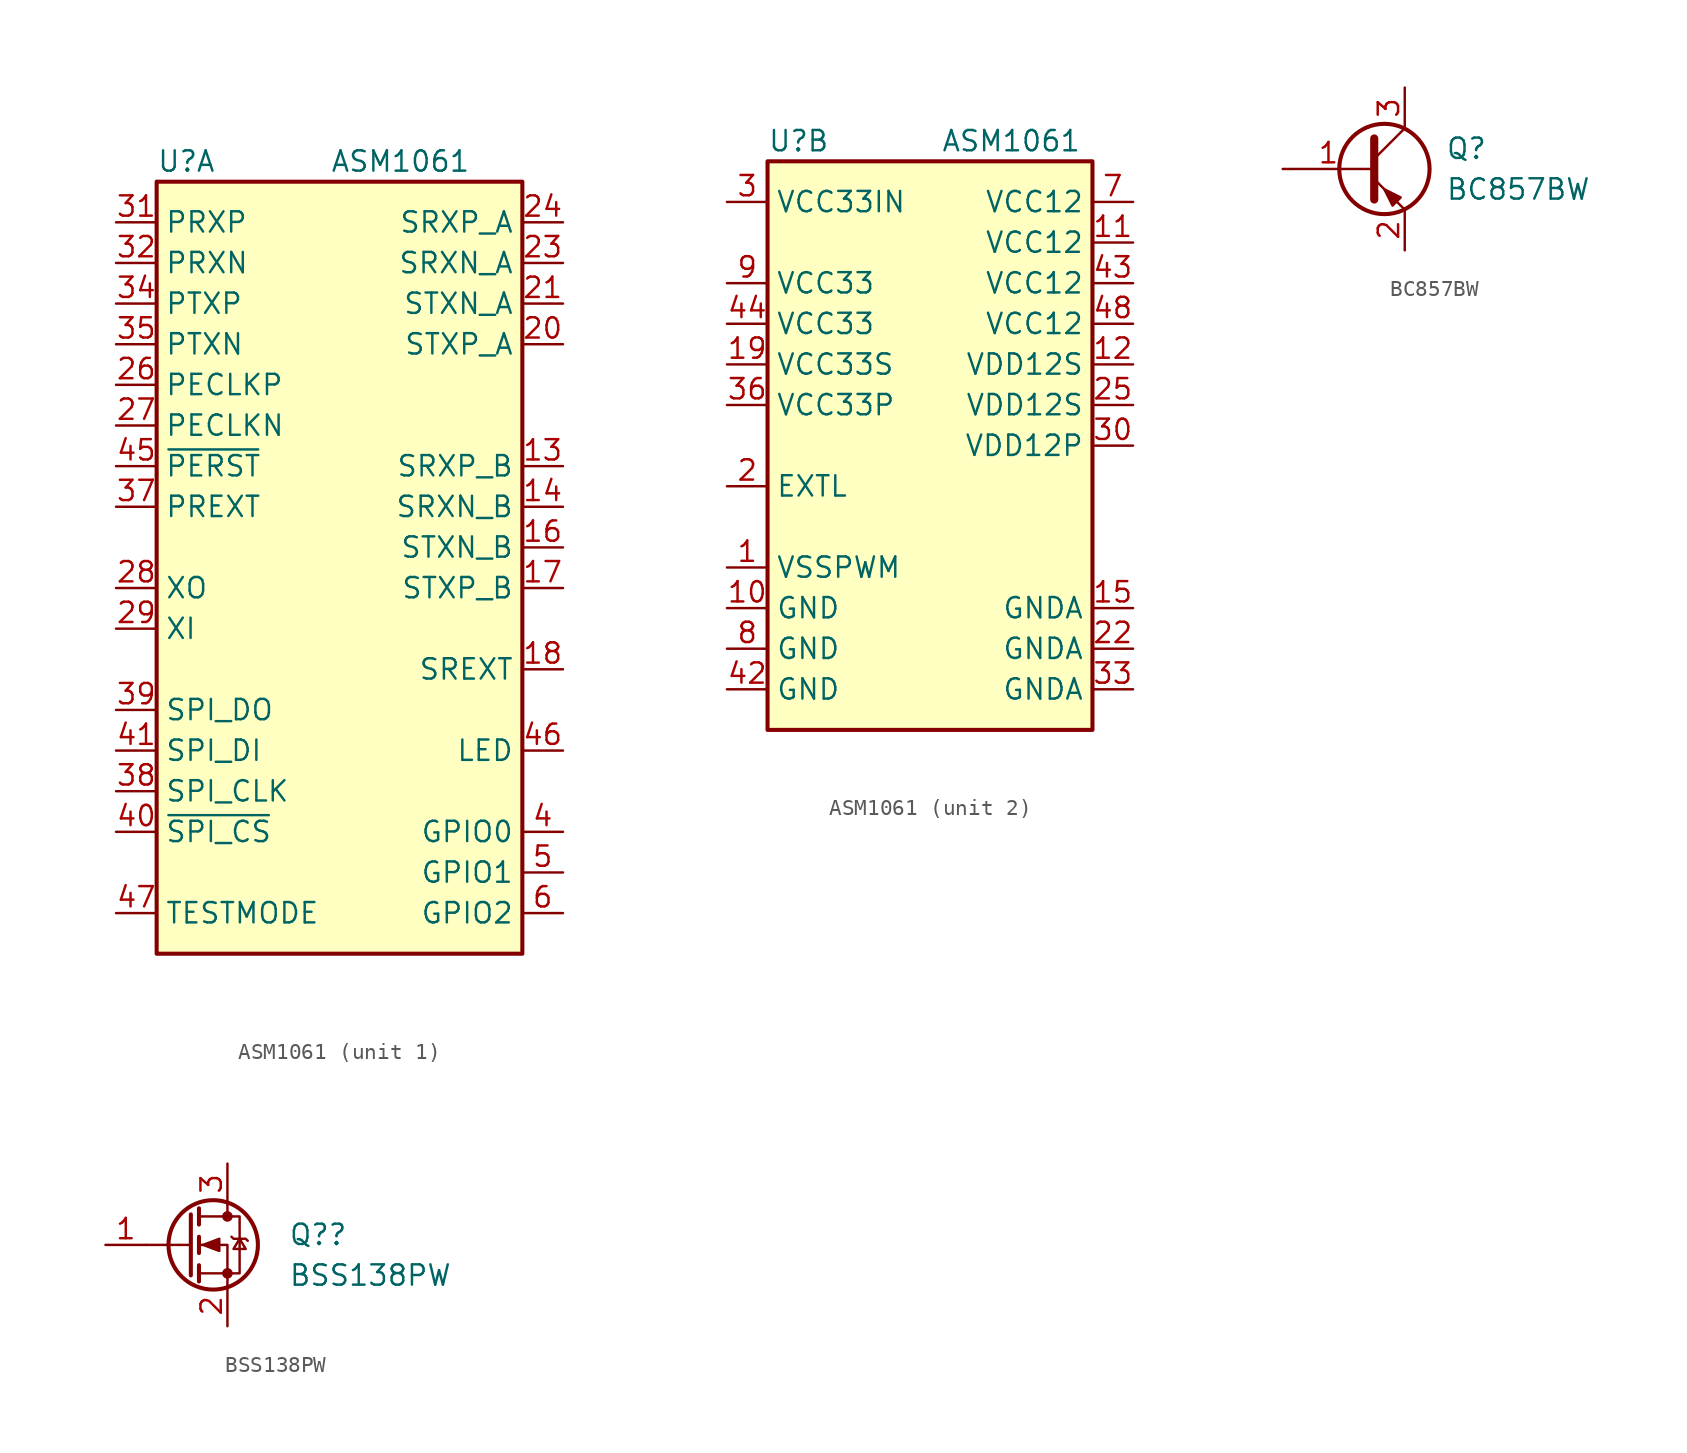
<source format=kicad_sym>
(kicad_symbol_lib
  (version 20201005)
  (generator kicad_symbol_editor)
  (symbol "PintryParts-Symbols:ASM1061"
    (property "Reference" "U"
      (at 0 1.27 0)
      (effects (font (size 1.27 1.27)) (justify left)))
    (property "Value" "ASM1061"
      (at 15.24 1.27 0)
      (effects (font (size 1.27 1.27))))
    (property "ki_locked" ""
      (at 0 0 0)
      (effects (font (size 1.27 1.27))))
    (symbol "ASM1061_1_0"
      (pin output line (at 25.4 -17.78 180) (length 2.54) (name "SRXP_B" (effects (font (size 1.27 1.27)))) (number "13" (effects (font (size 1.27 1.27)))))
      (pin output line (at 25.4 -20.32 180) (length 2.54) (name "SRXN_B" (effects (font (size 1.27 1.27)))) (number "14" (effects (font (size 1.27 1.27)))))
      (pin input line (at 25.4 -22.86 180) (length 2.54) (name "STXN_B" (effects (font (size 1.27 1.27)))) (number "16" (effects (font (size 1.27 1.27)))))
      (pin input line (at 25.4 -25.4 180) (length 2.54) (name "STXP_B" (effects (font (size 1.27 1.27)))) (number "17" (effects (font (size 1.27 1.27)))))
      (pin passive line (at 25.4 -30.48 180) (length 2.54) (name "SREXT" (effects (font (size 1.27 1.27)))) (number "18" (effects (font (size 1.27 1.27)))))
      (pin output line (at 25.4 -10.16 180) (length 2.54) (name "STXP_A" (effects (font (size 1.27 1.27)))) (number "20" (effects (font (size 1.27 1.27)))))
      (pin output line (at 25.4 -7.62 180) (length 2.54) (name "STXN_A" (effects (font (size 1.27 1.27)))) (number "21" (effects (font (size 1.27 1.27)))))
      (pin input line (at 25.4 -5.08 180) (length 2.54) (name "SRXN_A" (effects (font (size 1.27 1.27)))) (number "23" (effects (font (size 1.27 1.27)))))
      (pin input line (at 25.4 -2.54 180) (length 2.54) (name "SRXP_A" (effects (font (size 1.27 1.27)))) (number "24" (effects (font (size 1.27 1.27)))))
      (pin input line (at -2.54 -12.7 0) (length 2.54) (name "PECLKP" (effects (font (size 1.27 1.27)))) (number "26" (effects (font (size 1.27 1.27)))))
      (pin input line (at -2.54 -15.24 0) (length 2.54) (name "PECLKN" (effects (font (size 1.27 1.27)))) (number "27" (effects (font (size 1.27 1.27)))))
      (pin passive line (at -2.54 -25.4 0) (length 2.54) (name "XO" (effects (font (size 1.27 1.27)))) (number "28" (effects (font (size 1.27 1.27)))))
      (pin passive line (at -2.54 -27.94 0) (length 2.54) (name "XI" (effects (font (size 1.27 1.27)))) (number "29" (effects (font (size 1.27 1.27)))))
      (pin input line (at -2.54 -2.54 0) (length 2.54) (name "PRXP" (effects (font (size 1.27 1.27)))) (number "31" (effects (font (size 1.27 1.27)))))
      (pin input line (at -2.54 -5.08 0) (length 2.54) (name "PRXN" (effects (font (size 1.27 1.27)))) (number "32" (effects (font (size 1.27 1.27)))))
      (pin output line (at -2.54 -7.62 0) (length 2.54) (name "PTXP" (effects (font (size 1.27 1.27)))) (number "34" (effects (font (size 1.27 1.27)))))
      (pin output line (at -2.54 -10.16 0) (length 2.54) (name "PTXN" (effects (font (size 1.27 1.27)))) (number "35" (effects (font (size 1.27 1.27)))))
      (pin passive line (at -2.54 -20.32 0) (length 2.54) (name "PREXT" (effects (font (size 1.27 1.27)))) (number "37" (effects (font (size 1.27 1.27)))))
      (pin output line (at -2.54 -38.1 0) (length 2.54) (name "SPI_CLK" (effects (font (size 1.27 1.27)))) (number "38" (effects (font (size 1.27 1.27)))))
      (pin output line (at -2.54 -33.02 0) (length 2.54) (name "SPI_DO" (effects (font (size 1.27 1.27)))) (number "39" (effects (font (size 1.27 1.27)))))
      (pin bidirectional line (at 25.4 -40.64 180) (length 2.54) (name "GPIO0" (effects (font (size 1.27 1.27)))) (number "4" (effects (font (size 1.27 1.27)))))
      (pin output line (at -2.54 -40.64 0) (length 2.54) (name "~SPI_CS" (effects (font (size 1.27 1.27)))) (number "40" (effects (font (size 1.27 1.27)))))
      (pin input line (at -2.54 -35.56 0) (length 2.54) (name "SPI_DI" (effects (font (size 1.27 1.27)))) (number "41" (effects (font (size 1.27 1.27)))))
      (pin input line (at -2.54 -17.78 0) (length 2.54) (name "~PERST" (effects (font (size 1.27 1.27)))) (number "45" (effects (font (size 1.27 1.27)))))
      (pin output line (at 25.4 -35.56 180) (length 2.54) (name "LED" (effects (font (size 1.27 1.27)))) (number "46" (effects (font (size 1.27 1.27)))))
      (pin passive line (at -2.54 -45.72 0) (length 2.54) (name "TESTMODE" (effects (font (size 1.27 1.27)))) (number "47" (effects (font (size 1.27 1.27)))))
      (pin bidirectional line (at 25.4 -43.18 180) (length 2.54) (name "GPIO1" (effects (font (size 1.27 1.27)))) (number "5" (effects (font (size 1.27 1.27)))))
      (pin bidirectional line (at 25.4 -45.72 180) (length 2.54) (name "GPIO2" (effects (font (size 1.27 1.27)))) (number "6" (effects (font (size 1.27 1.27))))))
    (symbol "ASM1061_1_1"
      (rectangle (start 0 0) (end 22.86 -48.26) (stroke (width 0.254)) (fill (type background))))
    (symbol "ASM1061_2_0"
      (pin passive line (at -2.54 -25.4 0) (length 2.54) (name "VSSPWM" (effects (font (size 1.27 1.27)))) (number "1" (effects (font (size 1.27 1.27)))))
      (pin power_in line (at -2.54 -27.94 0) (length 2.54) (name "GND" (effects (font (size 1.27 1.27)))) (number "10" (effects (font (size 1.27 1.27)))))
      (pin power_in line (at 22.86 -5.08 180) (length 2.54) (name "VCC12" (effects (font (size 1.27 1.27)))) (number "11" (effects (font (size 1.27 1.27)))))
      (pin power_in line (at 22.86 -12.7 180) (length 2.54) (name "VDD12S" (effects (font (size 1.27 1.27)))) (number "12" (effects (font (size 1.27 1.27)))))
      (pin power_in line (at 22.86 -27.94 180) (length 2.54) (name "GNDA" (effects (font (size 1.27 1.27)))) (number "15" (effects (font (size 1.27 1.27)))))
      (pin power_in line (at -2.54 -12.7 0) (length 2.54) (name "VCC33S" (effects (font (size 1.27 1.27)))) (number "19" (effects (font (size 1.27 1.27)))))
      (pin passive line (at -2.54 -20.32 0) (length 2.54) (name "EXTL" (effects (font (size 1.27 1.27)))) (number "2" (effects (font (size 1.27 1.27)))))
      (pin power_in line (at 22.86 -30.48 180) (length 2.54) (name "GNDA" (effects (font (size 1.27 1.27)))) (number "22" (effects (font (size 1.27 1.27)))))
      (pin power_in line (at 22.86 -15.24 180) (length 2.54) (name "VDD12S" (effects (font (size 1.27 1.27)))) (number "25" (effects (font (size 1.27 1.27)))))
      (pin power_in line (at -2.54 -2.54 0) (length 2.54) (name "VCC33IN" (effects (font (size 1.27 1.27)))) (number "3" (effects (font (size 1.27 1.27)))))
      (pin power_in line (at 22.86 -17.78 180) (length 2.54) (name "VDD12P" (effects (font (size 1.27 1.27)))) (number "30" (effects (font (size 1.27 1.27)))))
      (pin power_in line (at 22.86 -33.02 180) (length 2.54) (name "GNDA" (effects (font (size 1.27 1.27)))) (number "33" (effects (font (size 1.27 1.27)))))
      (pin power_in line (at -2.54 -15.24 0) (length 2.54) (name "VCC33P" (effects (font (size 1.27 1.27)))) (number "36" (effects (font (size 1.27 1.27)))))
      (pin power_in line (at -2.54 -33.02 0) (length 2.54) (name "GND" (effects (font (size 1.27 1.27)))) (number "42" (effects (font (size 1.27 1.27)))))
      (pin power_in line (at 22.86 -7.62 180) (length 2.54) (name "VCC12" (effects (font (size 1.27 1.27)))) (number "43" (effects (font (size 1.27 1.27)))))
      (pin power_in line (at -2.54 -10.16 0) (length 2.54) (name "VCC33" (effects (font (size 1.27 1.27)))) (number "44" (effects (font (size 1.27 1.27)))))
      (pin power_in line (at 22.86 -10.16 180) (length 2.54) (name "VCC12" (effects (font (size 1.27 1.27)))) (number "48" (effects (font (size 1.27 1.27)))))
      (pin power_in line (at 22.86 -2.54 180) (length 2.54) (name "VCC12" (effects (font (size 1.27 1.27)))) (number "7" (effects (font (size 1.27 1.27)))))
      (pin power_in line (at -2.54 -30.48 0) (length 2.54) (name "GND" (effects (font (size 1.27 1.27)))) (number "8" (effects (font (size 1.27 1.27)))))
      (pin power_in line (at -2.54 -7.62 0) (length 2.54) (name "VCC33" (effects (font (size 1.27 1.27)))) (number "9" (effects (font (size 1.27 1.27))))))
    (symbol "ASM1061_2_1"
      (rectangle (start 0 0) (end 20.32 -35.56) (stroke (width 0.254)) (fill (type background)))))
  (symbol "PintryParts-Symbols:BC857BW"
    (pin_names
      (offset 0) hide)
    (property "Reference" "Q"
      (at 5.08 1.27 0)
      (effects (font (size 1.27 1.27)) (justify left)))
    (property "Value" "BC857BW"
      (at 5.08 -1.27 0)
      (effects (font (size 1.27 1.27)) (justify left)))
    (symbol "BC857BW_0_1"
      (circle (center 1.27 0) (radius 2.819) (stroke (width 0.254)) (fill (type none)))
      (polyline (pts (xy 0.635 0.635) (xy 2.54 2.54)) (stroke (width 0)) (fill (type none)))
      (polyline (pts (xy 0.635 -0.635) (xy 2.54 -2.54) (xy 2.54 -2.54)) (stroke (width 0)) (fill (type none)))
      (polyline (pts (xy 0.635 1.905) (xy 0.635 -1.905) (xy 0.635 -1.905)) (stroke (width 0.508)) (fill (type none)))
      (polyline (pts (xy 2.286 -1.778) (xy 1.778 -2.286) (xy 1.27 -1.27) (xy 2.286 -1.778) (xy 2.286 -1.778)) (stroke (width 0)) (fill (type outline))))
    (symbol "BC857BW_1_1"
      (pin input line (at -5.08 0 0) (length 5.715) (name "B" (effects (font (size 1.27 1.27)))) (number "1" (effects (font (size 1.27 1.27)))))
      (pin passive line (at 2.54 -5.08 90) (length 2.54) (name "E" (effects (font (size 1.27 1.27)))) (number "2" (effects (font (size 1.27 1.27)))))
      (pin passive line (at 2.54 5.08 270) (length 2.54) (name "C" (effects (font (size 1.27 1.27)))) (number "3" (effects (font (size 1.27 1.27)))))))
  (symbol "PintryParts-Symbols:BSS138PW"
    (pin_names
      (offset 0) hide)
    (property "Reference" "Q?"
      (at 6.35 0.635 0)
      (effects (font (size 1.27 1.27)) (justify left)))
    (property "Value" "BSS138PW"
      (at 6.35 -1.905 0)
      (effects (font (size 1.27 1.27)) (justify left)))
    (symbol "BSS138PW_0_1"
      (circle (center 1.651 0) (radius 2.794) (stroke (width 0.254)) (fill (type none)))
      (circle (center 2.54 -1.778) (radius 0.254) (stroke (width 0)) (fill (type outline)))
      (circle (center 2.54 1.778) (radius 0.254) (stroke (width 0)) (fill (type outline)))
      (polyline (pts (xy 0.254 0) (xy -2.54 0)) (stroke (width 0)) (fill (type none)))
      (polyline (pts (xy 0.254 1.905) (xy 0.254 -1.905)) (stroke (width 0.254)) (fill (type none)))
      (polyline (pts (xy 0.762 -1.27) (xy 0.762 -2.286)) (stroke (width 0.254)) (fill (type none)))
      (polyline (pts (xy 0.762 0.508) (xy 0.762 -0.508)) (stroke (width 0.254)) (fill (type none)))
      (polyline (pts (xy 0.762 2.286) (xy 0.762 1.27)) (stroke (width 0.254)) (fill (type none)))
      (polyline (pts (xy 2.54 2.54) (xy 2.54 1.778)) (stroke (width 0)) (fill (type none)))
      (polyline (pts (xy 2.54 -2.54) (xy 2.54 0) (xy 0.762 0)) (stroke (width 0)) (fill (type none)))
      (polyline (pts (xy 0.762 -1.778) (xy 3.302 -1.778) (xy 3.302 1.778) (xy 0.762 1.778)) (stroke (width 0)) (fill (type none)))
      (polyline (pts (xy 2.794 0.508) (xy 2.921 0.381) (xy 3.683 0.381) (xy 3.81 0.254)) (stroke (width 0)) (fill (type none)))
      (polyline (pts (xy 3.302 0.381) (xy 2.921 -0.254) (xy 3.683 -0.254) (xy 3.302 0.381)) (stroke (width 0)) (fill (type none)))
      (polyline (pts (xy 1.016 0) (xy 2.032 0.381) (xy 2.032 -0.381) (xy 1.016 0)) (stroke (width 0)) (fill (type outline))))
    (symbol "BSS138PW_1_1"
      (pin input line (at -5.08 0 0) (length 2.54) (name "G" (effects (font (size 1.27 1.27)))) (number "1" (effects (font (size 1.27 1.27)))))
      (pin passive line (at 2.54 -5.08 90) (length 2.54) (name "S" (effects (font (size 1.27 1.27)))) (number "2" (effects (font (size 1.27 1.27)))))
      (pin passive line (at 2.54 5.08 270) (length 2.54) (name "D" (effects (font (size 1.27 1.27)))) (number "3" (effects (font (size 1.27 1.27))))))))
</source>
